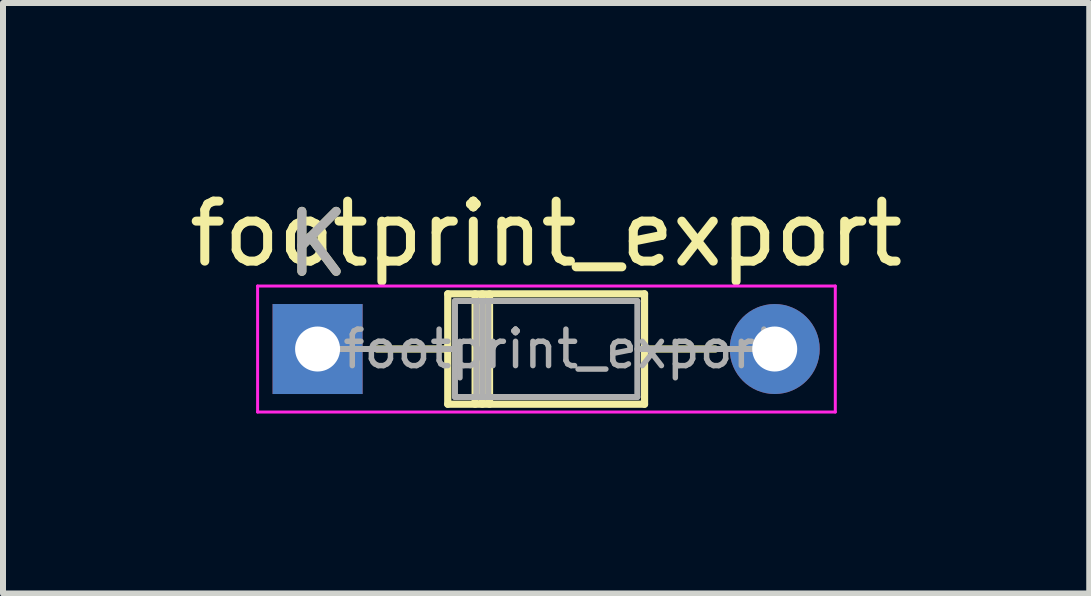
<source format=kicad_pcb>
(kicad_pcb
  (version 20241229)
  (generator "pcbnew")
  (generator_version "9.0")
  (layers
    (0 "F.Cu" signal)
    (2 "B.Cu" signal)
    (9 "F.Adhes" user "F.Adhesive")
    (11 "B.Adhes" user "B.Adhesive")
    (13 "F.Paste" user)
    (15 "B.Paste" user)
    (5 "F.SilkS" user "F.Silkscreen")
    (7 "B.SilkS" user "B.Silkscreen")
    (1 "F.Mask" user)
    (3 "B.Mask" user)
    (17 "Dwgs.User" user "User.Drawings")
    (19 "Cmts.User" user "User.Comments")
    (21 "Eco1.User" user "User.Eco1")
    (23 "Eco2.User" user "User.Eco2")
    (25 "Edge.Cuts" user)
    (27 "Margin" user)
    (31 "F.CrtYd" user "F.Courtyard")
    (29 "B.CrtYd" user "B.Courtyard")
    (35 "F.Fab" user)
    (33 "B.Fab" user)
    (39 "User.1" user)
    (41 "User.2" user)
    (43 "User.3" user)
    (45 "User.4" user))
  (footprint "footprint_export"
    (layer "F.Cu")
    (at 2.244 2.768)
    (property "Reference" "footprint_export" (at 3.81 -1.92 0) (layer "F.SilkS") (effects (font (size 1 1) (thickness 0.15))))
    (attr through_hole)
    (fp_line (start 0.99 0) (end 2.17 0) (stroke (width 0.12) (type solid)) (layer "F.SilkS"))
    (fp_line (start 2.17 -0.92) (end 2.17 0.92) (stroke (width 0.12) (type solid)) (layer "F.SilkS"))
    (fp_line (start 2.17 0.92) (end 5.45 0.92) (stroke (width 0.12) (type solid)) (layer "F.SilkS"))
    (fp_line (start 2.626 -0.92) (end 2.626 0.92) (stroke (width 0.12) (type solid)) (layer "F.SilkS"))
    (fp_line (start 2.746 -0.92) (end 2.746 0.92) (stroke (width 0.12) (type solid)) (layer "F.SilkS"))
    (fp_line (start 2.866 -0.92) (end 2.866 0.92) (stroke (width 0.12) (type solid)) (layer "F.SilkS"))
    (fp_line (start 5.45 -0.92) (end 2.17 -0.92) (stroke (width 0.12) (type solid)) (layer "F.SilkS"))
    (fp_line (start 5.45 0.92) (end 5.45 -0.92) (stroke (width 0.12) (type solid)) (layer "F.SilkS"))
    (fp_line (start 6.63 0) (end 5.45 0) (stroke (width 0.12) (type solid)) (layer "F.SilkS"))
    (fp_line (start -1 -1.05) (end -1 1.05) (stroke (width 0.05) (type solid)) (layer "F.CrtYd"))
    (fp_line (start -1 1.05) (end 8.63 1.05) (stroke (width 0.05) (type solid)) (layer "F.CrtYd"))
    (fp_line (start 8.63 -1.05) (end -1 -1.05) (stroke (width 0.05) (type solid)) (layer "F.CrtYd"))
    (fp_line (start 8.63 1.05) (end 8.63 -1.05) (stroke (width 0.05) (type solid)) (layer "F.CrtYd"))
    (fp_line (start 0 0) (end 2.29 0) (stroke (width 0.1) (type solid)) (layer "F.Fab"))
    (fp_line (start 2.29 -0.8) (end 2.29 0.8) (stroke (width 0.1) (type solid)) (layer "F.Fab"))
    (fp_line (start 2.29 0.8) (end 5.33 0.8) (stroke (width 0.1) (type solid)) (layer "F.Fab"))
    (fp_line (start 2.646 -0.8) (end 2.646 0.8) (stroke (width 0.1) (type solid)) (layer "F.Fab"))
    (fp_line (start 2.746 -0.8) (end 2.746 0.8) (stroke (width 0.1) (type solid)) (layer "F.Fab"))
    (fp_line (start 2.846 -0.8) (end 2.846 0.8) (stroke (width 0.1) (type solid)) (layer "F.Fab"))
    (fp_line (start 5.33 -0.8) (end 2.29 -0.8) (stroke (width 0.1) (type solid)) (layer "F.Fab"))
    (fp_line (start 5.33 0.8) (end 5.33 -0.8) (stroke (width 0.1) (type solid)) (layer "F.Fab"))
    (fp_line (start 7.62 0) (end 5.33 0) (stroke (width 0.1) (type solid)) (layer "F.Fab"))
    (fp_text user "K" (at 0 -1.75 0) (layer "F.SilkS") (effects (font (size 1 1) (thickness 0.15))))
    (fp_text user "${REFERENCE}" (at 4.038 0 0) (layer "F.Fab") (effects (font (size 0.608 0.608) (thickness 0.091))))
    (fp_text user "K" (at 0 -1.75 0) (layer "F.Fab") (effects (font (size 1 1) (thickness 0.15))))
    (pad "1" thru_hole rect (at 0 0) (size 1.5 1.5) (drill 0.75) (layers "*.Cu" "*.Mask"))
    (pad "2" thru_hole oval (at 7.62 0) (size 1.5 1.5) (drill 0.75) (layers "*.Cu" "*.Mask")))
  (gr_rect
    (start -3 -3)
    (end 15.107 6.843)
    (stroke (width 0.1) (type default))
    (fill no)
    (layer "Edge.Cuts")))
</source>
